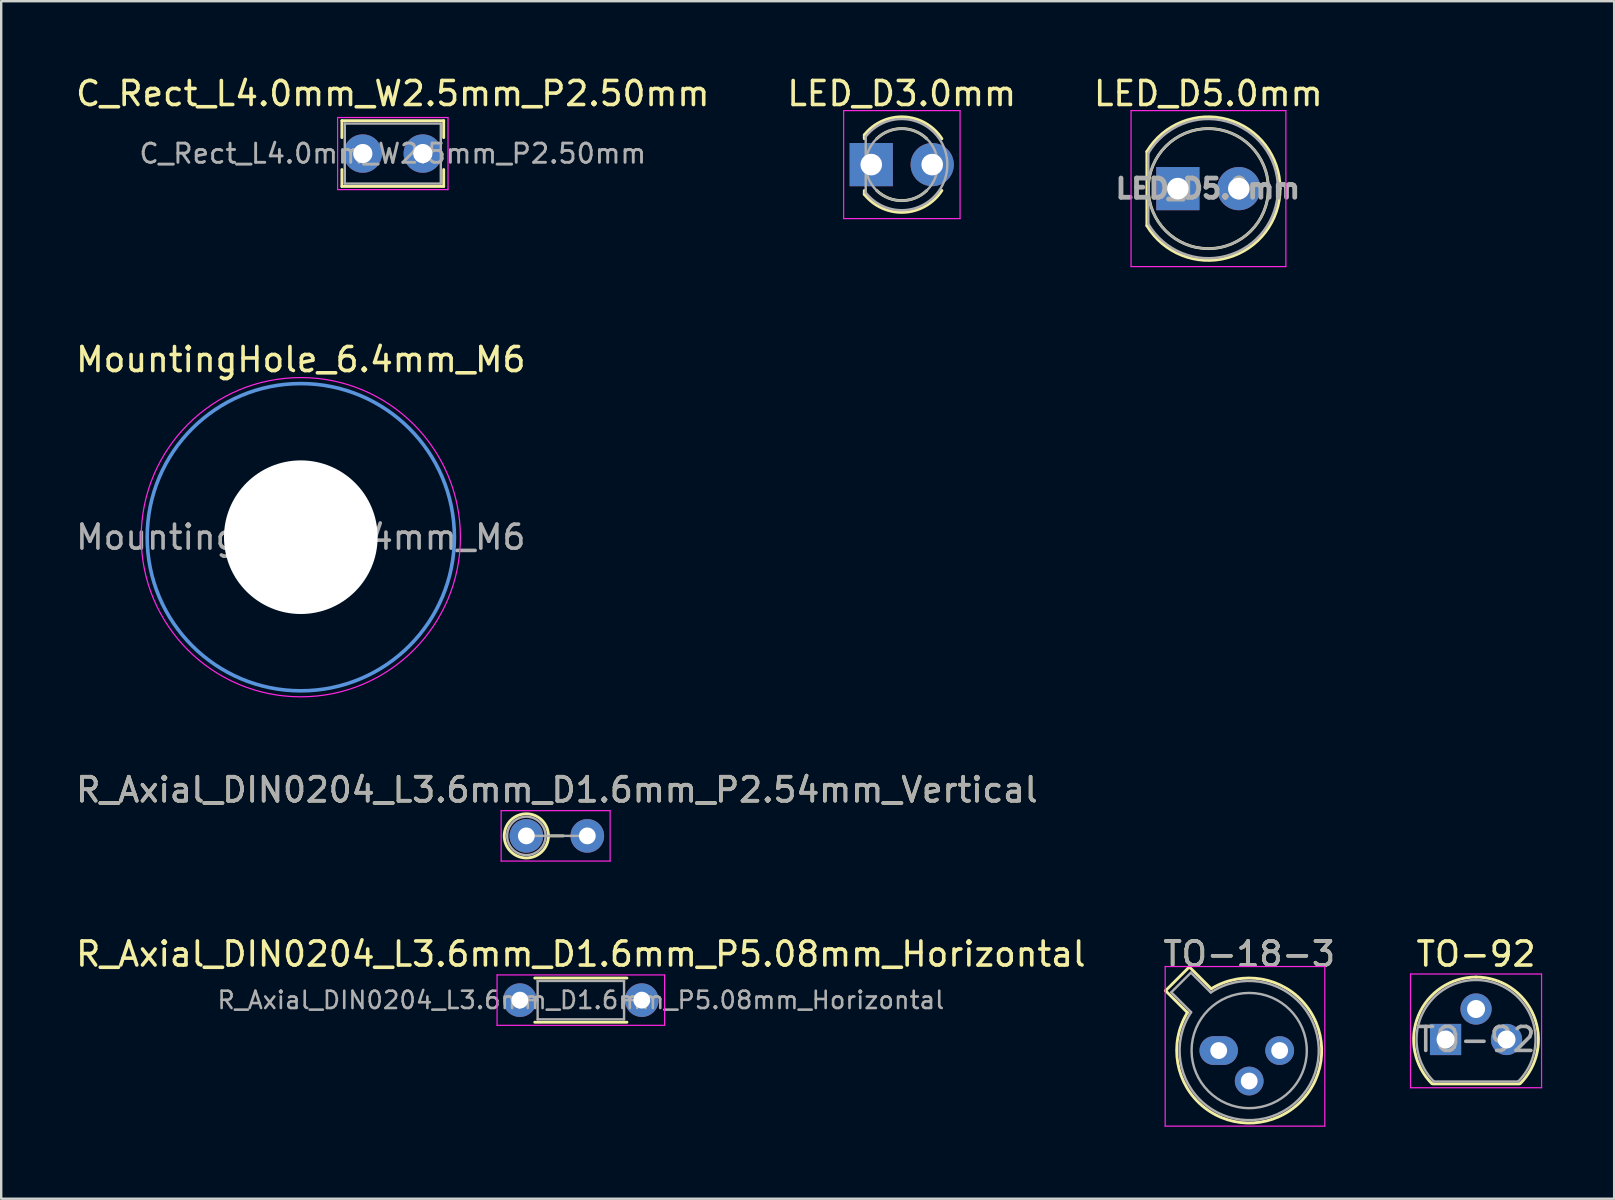
<source format=kicad_pcb>
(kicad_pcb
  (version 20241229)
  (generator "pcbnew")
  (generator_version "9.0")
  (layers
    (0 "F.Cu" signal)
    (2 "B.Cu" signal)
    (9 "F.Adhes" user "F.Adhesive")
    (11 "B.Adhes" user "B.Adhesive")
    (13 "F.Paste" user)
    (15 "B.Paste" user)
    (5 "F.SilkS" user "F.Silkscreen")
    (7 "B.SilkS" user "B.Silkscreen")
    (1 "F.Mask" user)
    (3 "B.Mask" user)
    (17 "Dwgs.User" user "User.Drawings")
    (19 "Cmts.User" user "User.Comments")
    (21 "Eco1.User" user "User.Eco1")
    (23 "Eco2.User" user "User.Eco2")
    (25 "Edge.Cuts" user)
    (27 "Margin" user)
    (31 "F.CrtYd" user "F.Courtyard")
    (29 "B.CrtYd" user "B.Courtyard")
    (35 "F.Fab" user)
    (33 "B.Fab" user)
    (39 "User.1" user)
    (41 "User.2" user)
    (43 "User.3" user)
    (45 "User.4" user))
  (footprint "TO-18-3"
    (layer "F.Cu")
    (at 47.724 40.718)
    (property "Reference" "TO-18-3" (at 1.27 -4.02 0) (layer "F.SilkS") (effects (font (size 1 1) (thickness 0.15))))
    (attr through_hole)
    (fp_line (start -2.214 -2.494) (end -1.302 -1.582) (stroke (width 0.12) (type solid)) (layer "F.SilkS"))
    (fp_line (start -1.224 -3.484) (end -2.214 -2.494) (stroke (width 0.12) (type solid)) (layer "F.SilkS"))
    (fp_line (start -0.312 -2.572) (end -1.224 -3.484) (stroke (width 0.12) (type solid)) (layer "F.SilkS"))
    (fp_arc (start -0.312331 -2.572281) (mid 3.405374 2.135551) (end -1.30215 -1.582544) (stroke (width 0.12) (type solid)) (layer "F.SilkS"))
    (fp_line (start -2.23 -3.5) (end -2.23 3.15) (stroke (width 0.05) (type solid)) (layer "F.CrtYd"))
    (fp_line (start -2.23 3.15) (end 4.42 3.15) (stroke (width 0.05) (type solid)) (layer "F.CrtYd"))
    (fp_line (start 4.42 -3.5) (end -2.23 -3.5) (stroke (width 0.05) (type solid)) (layer "F.CrtYd"))
    (fp_line (start 4.42 3.15) (end 4.42 -3.5) (stroke (width 0.05) (type solid)) (layer "F.CrtYd"))
    (fp_line (start -1.977 -2.426) (end -1.149 -1.599) (stroke (width 0.1) (type solid)) (layer "F.Fab"))
    (fp_line (start -1.156 -3.247) (end -1.977 -2.426) (stroke (width 0.1) (type solid)) (layer "F.Fab"))
    (fp_line (start -0.329 -2.419) (end -1.156 -3.247) (stroke (width 0.1) (type solid)) (layer "F.Fab"))
    (fp_arc (start -0.329057 -2.419301) (mid 3.321076 2.050143) (end -1.150029 -1.597956) (stroke (width 0.1) (type solid)) (layer "F.Fab"))
    (fp_circle (center 1.27 0) (end 3.67 0) (stroke (width 0.1) (type solid)) (fill no) (layer "F.Fab"))
    (fp_text user "${REFERENCE}" (at 1.27 -4.02 0) (layer "F.Fab") (effects (font (size 1 1) (thickness 0.15))))
    (pad "1" thru_hole oval (at 0 0) (size 1.6 1.2) (drill 0.7) (layers "*.Cu" "*.Mask"))
    (pad "2" thru_hole oval (at 1.27 1.27) (size 1.2 1.2) (drill 0.7) (layers "*.Cu" "*.Mask"))
    (pad "3" thru_hole oval (at 2.54 0) (size 1.2 1.2) (drill 0.7) (layers "*.Cu" "*.Mask")))
  (footprint "LED_D5.0mm"
    (layer "F.Cu")
    (at 46.022 4.808)
    (property "Reference" "LED_D5.0mm" (at 1.27 -3.96 0) (layer "F.SilkS") (effects (font (size 1 1) (thickness 0.15))))
    (attr through_hole)
    (fp_line (start -1.29 -1.545) (end -1.29 1.545) (stroke (width 0.12) (type solid)) (layer "F.SilkS"))
    (fp_arc (start -1.29 -1.54483) (mid 2.072002 -2.880433) (end 4.26 0.000462) (stroke (width 0.12) (type solid)) (layer "F.SilkS"))
    (fp_arc (start 4.26 -0.000462) (mid 2.072002 2.880433) (end -1.29 1.54483) (stroke (width 0.12) (type solid)) (layer "F.SilkS"))
    (fp_circle (center 1.27 0) (end 3.77 0) (stroke (width 0.12) (type solid)) (fill no) (layer "F.SilkS"))
    (fp_line (start -1.95 -3.25) (end -1.95 3.25) (stroke (width 0.05) (type solid)) (layer "F.CrtYd"))
    (fp_line (start -1.95 3.25) (end 4.5 3.25) (stroke (width 0.05) (type solid)) (layer "F.CrtYd"))
    (fp_line (start 4.5 -3.25) (end -1.95 -3.25) (stroke (width 0.05) (type solid)) (layer "F.CrtYd"))
    (fp_line (start 4.5 3.25) (end 4.5 -3.25) (stroke (width 0.05) (type solid)) (layer "F.CrtYd"))
    (fp_line (start -1.23 -1.47) (end -1.23 1.47) (stroke (width 0.1) (type solid)) (layer "F.Fab"))
    (fp_arc (start -1.23 -1.469694) (mid 4.17 0.000016) (end -1.230016 1.469666) (stroke (width 0.1) (type solid)) (layer "F.Fab"))
    (fp_circle (center 1.27 0) (end 3.77 0) (stroke (width 0.1) (type solid)) (fill no) (layer "F.Fab"))
    (fp_text user "${REFERENCE}" (at 1.25 0 0) (layer "F.Fab") (effects (font (size 0.8 0.8) (thickness 0.2))))
    (pad "1" thru_hole rect (at 0 0) (size 1.8 1.8) (drill 0.9) (layers "*.Cu" "*.Mask"))
    (pad "2" thru_hole circle (at 2.54 0) (size 1.8 1.8) (drill 0.9) (layers "*.Cu" "*.Mask")))
  (footprint "R_Axial_DIN0204_L3.6mm_D1.6mm_P5.08mm_Horizontal"
    (layer "F.Cu")
    (at 18.609 38.618)
    (property "Reference" "R_Axial_DIN0204_L3.6mm_D1.6mm_P5.08mm_Horizontal" (at 2.54 -1.92 0) (layer "F.SilkS") (effects (font (size 1 1) (thickness 0.15))))
    (attr through_hole)
    (fp_line (start 0.62 -0.92) (end 4.46 -0.92) (stroke (width 0.12) (type solid)) (layer "F.SilkS"))
    (fp_line (start 0.62 0.92) (end 4.46 0.92) (stroke (width 0.12) (type solid)) (layer "F.SilkS"))
    (fp_line (start -0.95 -1.05) (end -0.95 1.05) (stroke (width 0.05) (type solid)) (layer "F.CrtYd"))
    (fp_line (start -0.95 1.05) (end 6.03 1.05) (stroke (width 0.05) (type solid)) (layer "F.CrtYd"))
    (fp_line (start 6.03 -1.05) (end -0.95 -1.05) (stroke (width 0.05) (type solid)) (layer "F.CrtYd"))
    (fp_line (start 6.03 1.05) (end 6.03 -1.05) (stroke (width 0.05) (type solid)) (layer "F.CrtYd"))
    (fp_line (start 0 0) (end 0.74 0) (stroke (width 0.1) (type solid)) (layer "F.Fab"))
    (fp_line (start 0.74 -0.8) (end 0.74 0.8) (stroke (width 0.1) (type solid)) (layer "F.Fab"))
    (fp_line (start 0.74 0.8) (end 4.34 0.8) (stroke (width 0.1) (type solid)) (layer "F.Fab"))
    (fp_line (start 4.34 -0.8) (end 0.74 -0.8) (stroke (width 0.1) (type solid)) (layer "F.Fab"))
    (fp_line (start 4.34 0.8) (end 4.34 -0.8) (stroke (width 0.1) (type solid)) (layer "F.Fab"))
    (fp_line (start 5.08 0) (end 4.34 0) (stroke (width 0.1) (type solid)) (layer "F.Fab"))
    (fp_text user "${REFERENCE}" (at 2.54 0 0) (layer "F.Fab") (effects (font (size 0.72 0.72) (thickness 0.108))))
    (pad "1" thru_hole circle (at 0 0) (size 1.4 1.4) (drill 0.7) (layers "*.Cu" "*.Mask"))
    (pad "2" thru_hole oval (at 5.08 0) (size 1.4 1.4) (drill 0.7) (layers "*.Cu" "*.Mask")))
  (footprint "R_Axial_DIN0204_L3.6mm_D1.6mm_P2.54mm_Vertical"
    (layer "F.Cu")
    (at 18.879 31.775)
    (property "Reference" "R_Axial_DIN0204_L3.6mm_D1.6mm_P2.54mm_Vertical" (at 1.27 -1.92 0) (layer "F.SilkS") (effects (font (size 1 1) (thickness 0.15))))
    (attr through_hole)
    (fp_line (start 0.92 0) (end 1.54 0) (stroke (width 0.12) (type solid)) (layer "F.SilkS"))
    (fp_circle (center 0 0) (end 0.92 0) (stroke (width 0.12) (type solid)) (fill no) (layer "F.SilkS"))
    (fp_line (start -1.05 -1.05) (end -1.05 1.05) (stroke (width 0.05) (type solid)) (layer "F.CrtYd"))
    (fp_line (start -1.05 1.05) (end 3.49 1.05) (stroke (width 0.05) (type solid)) (layer "F.CrtYd"))
    (fp_line (start 3.49 -1.05) (end -1.05 -1.05) (stroke (width 0.05) (type solid)) (layer "F.CrtYd"))
    (fp_line (start 3.49 1.05) (end 3.49 -1.05) (stroke (width 0.05) (type solid)) (layer "F.CrtYd"))
    (fp_line (start 0 0) (end 2.54 0) (stroke (width 0.1) (type solid)) (layer "F.Fab"))
    (fp_circle (center 0 0) (end 0.8 0) (stroke (width 0.1) (type solid)) (fill no) (layer "F.Fab"))
    (fp_text user "${REFERENCE}" (at 1.27 -1.92 0) (layer "F.Fab") (effects (font (size 1 1) (thickness 0.15))))
    (pad "1" thru_hole circle (at 0 0) (size 1.4 1.4) (drill 0.7) (layers "*.Cu" "*.Mask"))
    (pad "2" thru_hole oval (at 2.54 0) (size 1.4 1.4) (drill 0.7) (layers "*.Cu" "*.Mask")))
  (footprint "C_Rect_L4.0mm_W2.5mm_P2.50mm"
    (layer "F.Cu")
    (at 12.065 3.348)
    (property "Reference" "C_Rect_L4.0mm_W2.5mm_P2.50mm" (at 1.25 -2.5 0) (layer "F.SilkS") (effects (font (size 1 1) (thickness 0.15))))
    (attr through_hole)
    (fp_line (start -0.87 -1.37) (end -0.87 -0.665) (stroke (width 0.12) (type solid)) (layer "F.SilkS"))
    (fp_line (start -0.87 -1.37) (end 3.37 -1.37) (stroke (width 0.12) (type solid)) (layer "F.SilkS"))
    (fp_line (start -0.87 0.665) (end -0.87 1.37) (stroke (width 0.12) (type solid)) (layer "F.SilkS"))
    (fp_line (start -0.87 1.37) (end 3.37 1.37) (stroke (width 0.12) (type solid)) (layer "F.SilkS"))
    (fp_line (start 3.37 -1.37) (end 3.37 -0.665) (stroke (width 0.12) (type solid)) (layer "F.SilkS"))
    (fp_line (start 3.37 0.665) (end 3.37 1.37) (stroke (width 0.12) (type solid)) (layer "F.SilkS"))
    (fp_line (start -1.05 -1.5) (end -1.05 1.5) (stroke (width 0.05) (type solid)) (layer "F.CrtYd"))
    (fp_line (start -1.05 1.5) (end 3.55 1.5) (stroke (width 0.05) (type solid)) (layer "F.CrtYd"))
    (fp_line (start 3.55 -1.5) (end -1.05 -1.5) (stroke (width 0.05) (type solid)) (layer "F.CrtYd"))
    (fp_line (start 3.55 1.5) (end 3.55 -1.5) (stroke (width 0.05) (type solid)) (layer "F.CrtYd"))
    (fp_line (start -0.75 -1.25) (end -0.75 1.25) (stroke (width 0.1) (type solid)) (layer "F.Fab"))
    (fp_line (start -0.75 1.25) (end 3.25 1.25) (stroke (width 0.1) (type solid)) (layer "F.Fab"))
    (fp_line (start 3.25 -1.25) (end -0.75 -1.25) (stroke (width 0.1) (type solid)) (layer "F.Fab"))
    (fp_line (start 3.25 1.25) (end 3.25 -1.25) (stroke (width 0.1) (type solid)) (layer "F.Fab"))
    (fp_text user "${REFERENCE}" (at 1.25 0 0) (layer "F.Fab") (effects (font (size 0.8 0.8) (thickness 0.12))))
    (pad "1" thru_hole circle (at 0 0) (size 1.6 1.6) (drill 0.8) (layers "*.Cu" "*.Mask"))
    (pad "2" thru_hole circle (at 2.5 0) (size 1.6 1.6) (drill 0.8) (layers "*.Cu" "*.Mask")))
  (footprint "MountingHole_6.4mm_M6"
    (layer "F.Cu")
    (at 9.482 19.331)
    (property "Reference" "MountingHole_6.4mm_M6" (at 0 -7.4 0) (layer "F.SilkS") (effects (font (size 1 1) (thickness 0.15))))
    (attr exclude_from_pos_files exclude_from_bom)
    (fp_circle (center 0 0) (end 6.4 0) (stroke (width 0.15) (type solid)) (fill no) (layer "Cmts.User"))
    (fp_circle (center 0 0) (end 6.65 0) (stroke (width 0.05) (type solid)) (fill no) (layer "F.CrtYd"))
    (fp_text user "${REFERENCE}" (at 0 0 0) (layer "F.Fab") (effects (font (size 1 1) (thickness 0.15))))
    (pad "" np_thru_hole circle (at 0 0) (size 6.4 6.4) (drill 6.4) (layers "*.Cu" "*.Mask")))
  (footprint "TO-92"
    (layer "F.Cu")
    (at 57.175 40.258)
    (property "Reference" "TO-92" (at 1.27 -3.56 0) (layer "F.SilkS") (effects (font (size 1 1) (thickness 0.15))))
    (attr through_hole)
    (fp_line (start -0.53 1.85) (end 3.07 1.85) (stroke (width 0.12) (type solid)) (layer "F.SilkS"))
    (fp_arc (start -0.568478 1.838478) (mid -1.132087 -0.994977) (end 1.27 -2.6) (stroke (width 0.12) (type solid)) (layer "F.SilkS"))
    (fp_arc (start 1.27 -2.6) (mid 3.672087 -0.994977) (end 3.108478 1.838478) (stroke (width 0.12) (type solid)) (layer "F.SilkS"))
    (fp_line (start -1.46 -2.73) (end -1.46 2.01) (stroke (width 0.05) (type solid)) (layer "F.CrtYd"))
    (fp_line (start -1.46 -2.73) (end 4 -2.73) (stroke (width 0.05) (type solid)) (layer "F.CrtYd"))
    (fp_line (start 4 2.01) (end -1.46 2.01) (stroke (width 0.05) (type solid)) (layer "F.CrtYd"))
    (fp_line (start 4 2.01) (end 4 -2.73) (stroke (width 0.05) (type solid)) (layer "F.CrtYd"))
    (fp_line (start -0.5 1.75) (end 3 1.75) (stroke (width 0.1) (type solid)) (layer "F.Fab"))
    (fp_arc (start -0.483625 1.753625) (mid -1.021221 -0.949055) (end 1.27 -2.48) (stroke (width 0.1) (type solid)) (layer "F.Fab"))
    (fp_arc (start 1.27 -2.48) (mid 3.561221 -0.949055) (end 3.023625 1.753625) (stroke (width 0.1) (type solid)) (layer "F.Fab"))
    (fp_text user "${REFERENCE}" (at 1.27 0 0) (layer "F.Fab") (effects (font (size 1 1) (thickness 0.15))))
    (pad "1" thru_hole rect (at 0 0) (size 1.3 1.3) (drill 0.75) (layers "*.Cu" "*.Mask"))
    (pad "2" thru_hole circle (at 1.27 -1.27) (size 1.3 1.3) (drill 0.75) (layers "*.Cu" "*.Mask"))
    (pad "3" thru_hole circle (at 2.54 0) (size 1.3 1.3) (drill 0.75) (layers "*.Cu" "*.Mask")))
  (footprint "LED_D3.0mm"
    (layer "F.Cu")
    (at 33.248 3.808)
    (property "Reference" "LED_D3.0mm" (at 1.27 -2.96 0) (layer "F.SilkS") (effects (font (size 1 1) (thickness 0.15))))
    (attr through_hole)
    (fp_line (start -0.29 -1.236) (end -0.29 -1.08) (stroke (width 0.12) (type solid)) (layer "F.SilkS"))
    (fp_line (start -0.29 1.08) (end -0.29 1.236) (stroke (width 0.12) (type solid)) (layer "F.SilkS"))
    (fp_arc (start -0.29 -1.235516) (mid 1.366487 -1.987659) (end 2.942335 -1.078608) (stroke (width 0.12) (type solid)) (layer "F.SilkS"))
    (fp_arc (start 0.229039 -1.08) (mid 1.270117 -1.5) (end 2.31113 -1.079837) (stroke (width 0.12) (type solid)) (layer "F.SilkS"))
    (fp_arc (start 2.31113 1.079837) (mid 1.270117 1.5) (end 0.229039 1.08) (stroke (width 0.12) (type solid)) (layer "F.SilkS"))
    (fp_arc (start 2.942335 1.078608) (mid 1.366487 1.987659) (end -0.29 1.235516) (stroke (width 0.12) (type solid)) (layer "F.SilkS"))
    (fp_line (start -1.15 -2.25) (end -1.15 2.25) (stroke (width 0.05) (type solid)) (layer "F.CrtYd"))
    (fp_line (start -1.15 2.25) (end 3.7 2.25) (stroke (width 0.05) (type solid)) (layer "F.CrtYd"))
    (fp_line (start 3.7 -2.25) (end -1.15 -2.25) (stroke (width 0.05) (type solid)) (layer "F.CrtYd"))
    (fp_line (start 3.7 2.25) (end 3.7 -2.25) (stroke (width 0.05) (type solid)) (layer "F.CrtYd"))
    (fp_line (start -0.23 -1.166) (end -0.23 1.166) (stroke (width 0.1) (type solid)) (layer "F.Fab"))
    (fp_arc (start -0.23 -1.16619) (mid 3.17 0.000452) (end -0.230555 1.165476) (stroke (width 0.1) (type solid)) (layer "F.Fab"))
    (fp_circle (center 1.27 0) (end 2.77 0) (stroke (width 0.1) (type solid)) (fill no) (layer "F.Fab"))
    (pad "1" thru_hole rect (at 0 0) (size 1.8 1.8) (drill 0.9) (layers "*.Cu" "*.Mask"))
    (pad "2" thru_hole circle (at 2.54 0) (size 1.8 1.8) (drill 0.9) (layers "*.Cu" "*.Mask")))
  (gr_rect
    (start -3 -3)
    (end 64.2 46.893)
    (stroke (width 0.1) (type default))
    (fill no)
    (layer "Edge.Cuts")))
</source>
